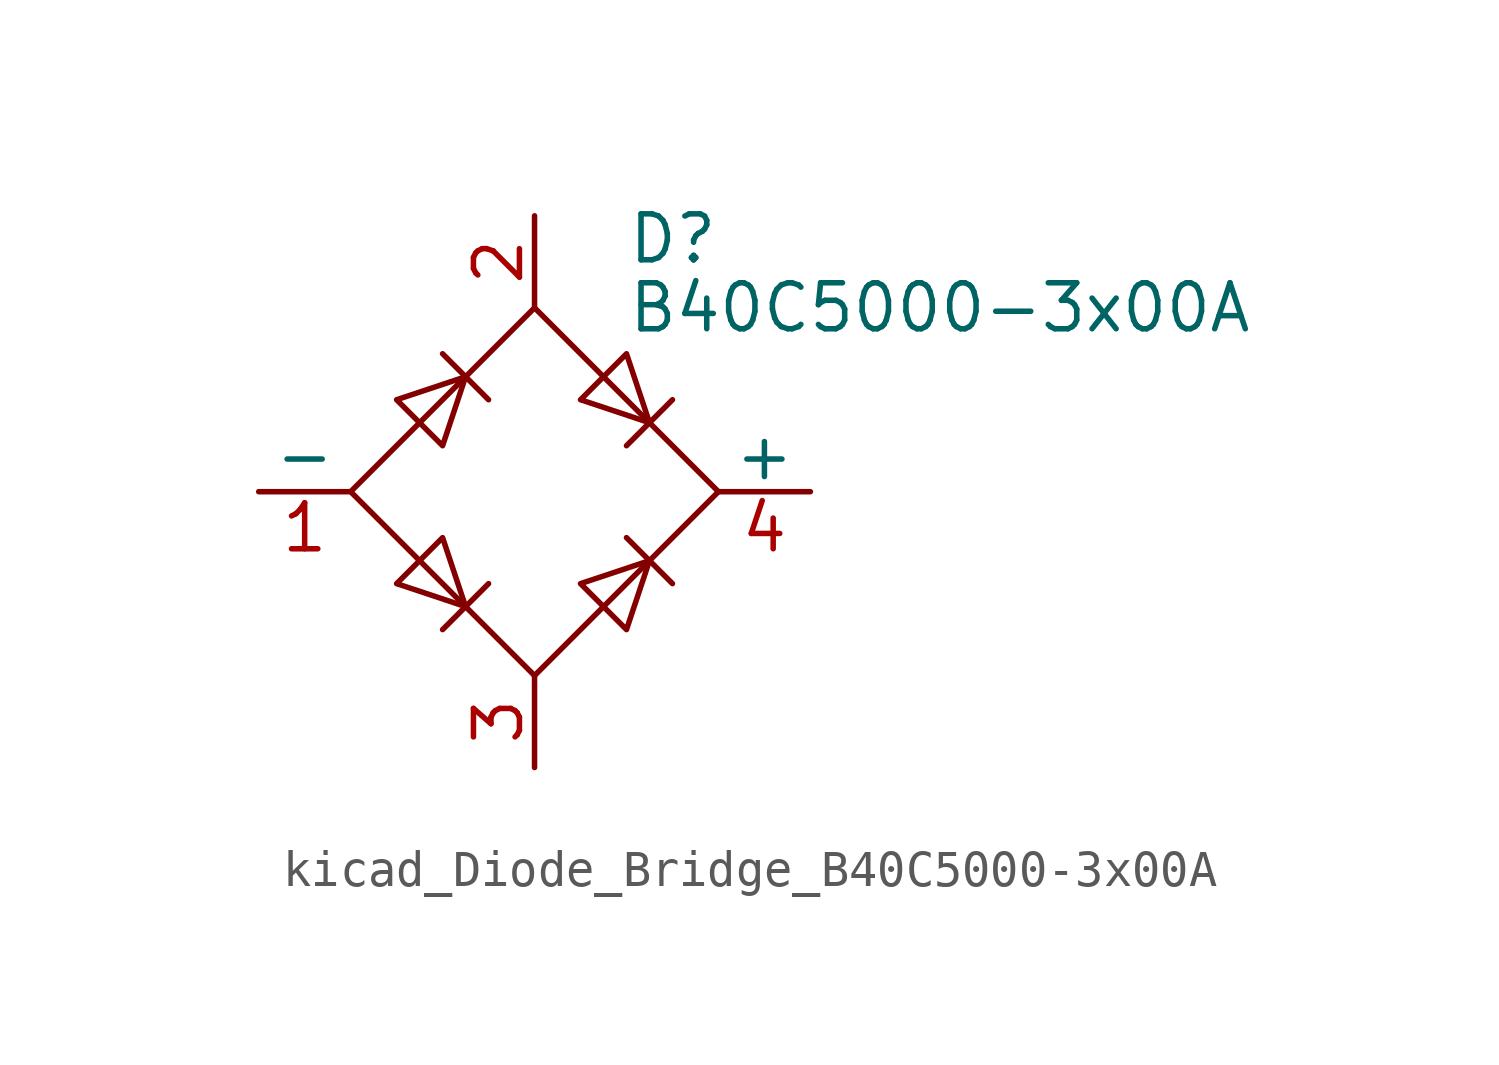
<source format=kicad_sym>
(kicad_symbol_lib
  (version 20220914)
  (generator kicad_symbol_editor)
  (symbol "kicad_Diode_Bridge_B40C5000-3x00A"
    (pin_names
      (offset 0))
    (property "Reference" "D"
      (at 2.54 6.985 0)
      (effects (font (size 1.27 1.27)) (justify left)))
    (property "Value" "B40C5000-3x00A"
      (at 2.54 5.08 0)
      (effects (font (size 1.27 1.27)) (justify left)))
    (symbol "kicad_Diode_Bridge_B40C5000-3x00A_0_1"
      (polyline (pts (xy -2.54 3.81) (xy -1.27 2.54)) (stroke (width 0) (type default)) (fill (type none)))
      (polyline (pts (xy -1.27 -2.54) (xy -2.54 -3.81)) (stroke (width 0) (type default)) (fill (type none)))
      (polyline (pts (xy 2.54 -1.27) (xy 3.81 -2.54)) (stroke (width 0) (type default)) (fill (type none)))
      (polyline (pts (xy 2.54 1.27) (xy 3.81 2.54)) (stroke (width 0) (type default)) (fill (type none)))
      (polyline (pts (xy -3.81 2.54) (xy -2.54 1.27) (xy -1.905 3.175) (xy -3.81 2.54)) (stroke (width 0) (type default)) (fill (type none)))
      (polyline (pts (xy -2.54 -1.27) (xy -3.81 -2.54) (xy -1.905 -3.175) (xy -2.54 -1.27)) (stroke (width 0) (type default)) (fill (type none)))
      (polyline (pts (xy 1.27 2.54) (xy 2.54 3.81) (xy 3.175 1.905) (xy 1.27 2.54)) (stroke (width 0) (type default)) (fill (type none)))
      (polyline (pts (xy 3.175 -1.905) (xy 1.27 -2.54) (xy 2.54 -3.81) (xy 3.175 -1.905)) (stroke (width 0) (type default)) (fill (type none)))
      (polyline (pts (xy -5.08 0) (xy 0 -5.08) (xy 5.08 0) (xy 0 5.08) (xy -5.08 0)) (stroke (width 0) (type default)) (fill (type none))))
    (symbol "kicad_Diode_Bridge_B40C5000-3x00A_1_1"
      (pin passive line (at -7.62 0 0) (length 2.54) (name "-" (effects (font (size 1.27 1.27)))) (number "1" (effects (font (size 1.27 1.27)))))
      (pin passive line (at 0 7.62 270) (length 2.54) (name "~" (effects (font (size 1.27 1.27)))) (number "2" (effects (font (size 1.27 1.27)))))
      (pin passive line (at 0 -7.62 90) (length 2.54) (name "~" (effects (font (size 1.27 1.27)))) (number "3" (effects (font (size 1.27 1.27)))))
      (pin passive line (at 7.62 0 180) (length 2.54) (name "+" (effects (font (size 1.27 1.27)))) (number "4" (effects (font (size 1.27 1.27))))))))
</source>
